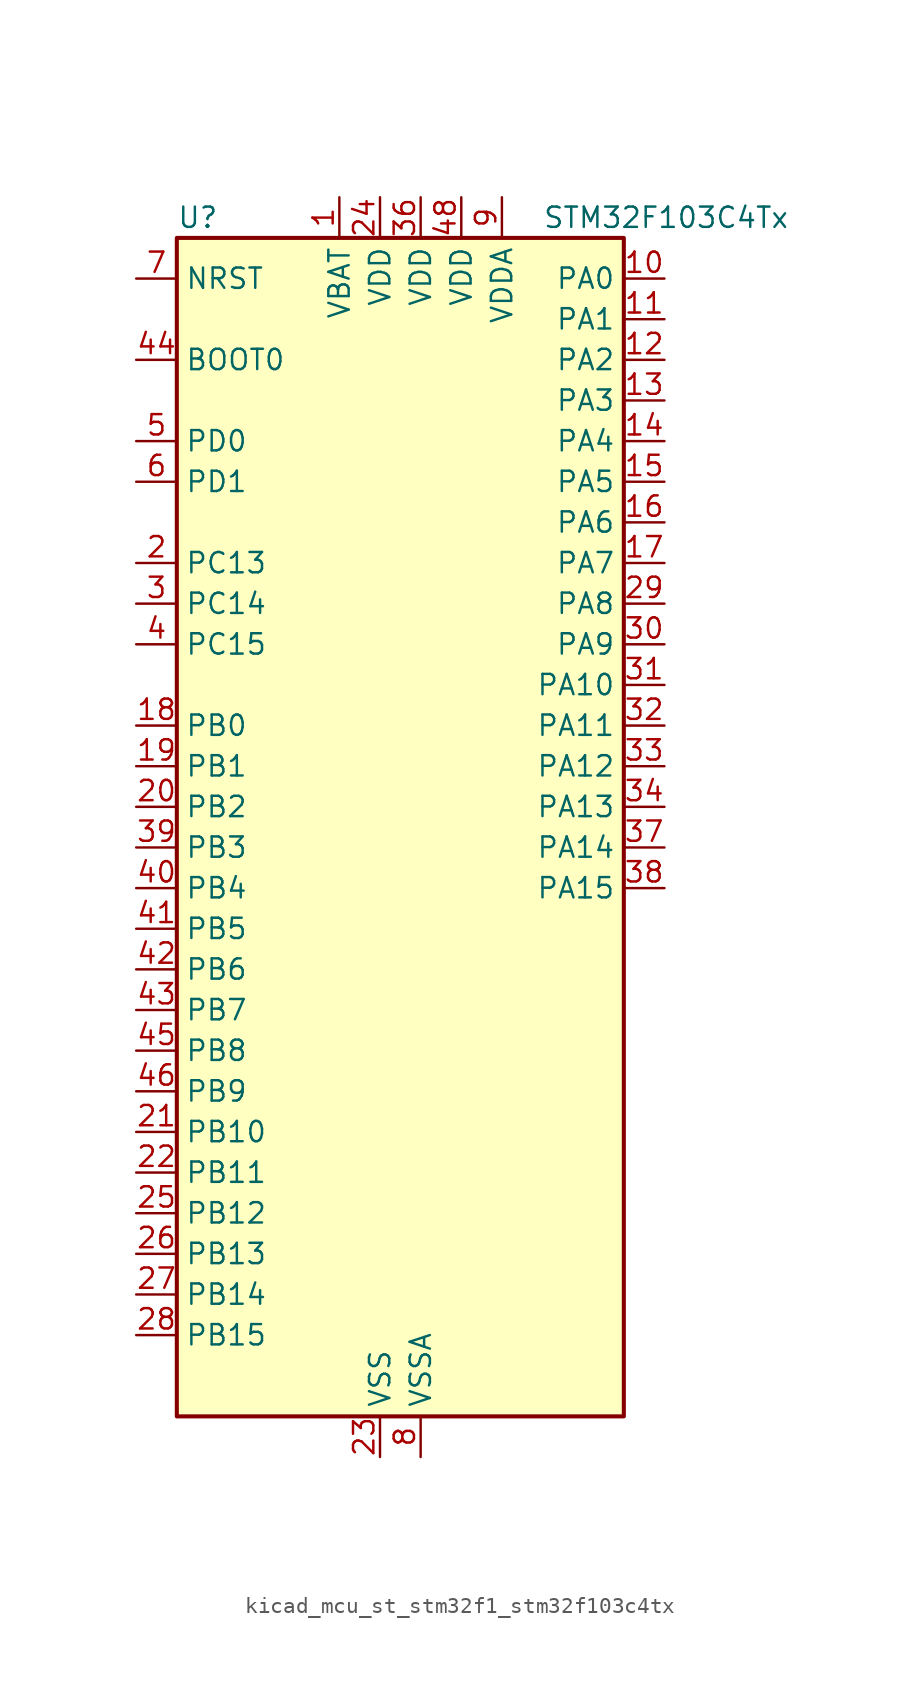
<source format=kicad_sym>
(kicad_symbol_lib
  (version 20220914)
  (generator kicad_symbol_editor)
  (symbol "kicad_mcu_st_stm32f1_stm32f103c4tx"
    (property "Reference" "U"
      (at -12.7 39.37 0)
      (effects (font (size 1.27 1.27)) (justify left)))
    (property "Value" "STM32F103C4Tx"
      (at 10.16 39.37 0)
      (effects (font (size 1.27 1.27)) (justify left)))
    (property "ki_locked" ""
      (at 0 0 0)
      (effects (font (size 1.27 1.27))))
    (symbol "kicad_mcu_st_stm32f1_stm32f103c4tx_0_1"
      (rectangle (start -12.7 -35.56) (end 15.24 38.1) (stroke (width 0.254) (type default)) (fill (type background))))
    (symbol "kicad_mcu_st_stm32f1_stm32f103c4tx_1_1"
      (pin power_in line (at -2.54 40.64 270) (length 2.54) (name "VBAT" (effects (font (size 1.27 1.27)))) (number "1" (effects (font (size 1.27 1.27)))))
      (pin bidirectional line (at 17.78 35.56 180) (length 2.54) (name "PA0" (effects (font (size 1.27 1.27)))) (number "10" (effects (font (size 1.27 1.27)))) (alternate "ADC1_IN0" bidirectional line) (alternate "ADC2_IN0" bidirectional line) (alternate "SYS_WKUP" bidirectional line) (alternate "TIM2_CH1" bidirectional line) (alternate "TIM2_ETR" bidirectional line) (alternate "USART2_CTS" bidirectional line))
      (pin bidirectional line (at 17.78 33.02 180) (length 2.54) (name "PA1" (effects (font (size 1.27 1.27)))) (number "11" (effects (font (size 1.27 1.27)))) (alternate "ADC1_IN1" bidirectional line) (alternate "ADC2_IN1" bidirectional line) (alternate "TIM2_CH2" bidirectional line) (alternate "USART2_RTS" bidirectional line))
      (pin bidirectional line (at 17.78 30.48 180) (length 2.54) (name "PA2" (effects (font (size 1.27 1.27)))) (number "12" (effects (font (size 1.27 1.27)))) (alternate "ADC1_IN2" bidirectional line) (alternate "ADC2_IN2" bidirectional line) (alternate "TIM2_CH3" bidirectional line) (alternate "USART2_TX" bidirectional line))
      (pin bidirectional line (at 17.78 27.94 180) (length 2.54) (name "PA3" (effects (font (size 1.27 1.27)))) (number "13" (effects (font (size 1.27 1.27)))) (alternate "ADC1_IN3" bidirectional line) (alternate "ADC2_IN3" bidirectional line) (alternate "TIM2_CH4" bidirectional line) (alternate "USART2_RX" bidirectional line))
      (pin bidirectional line (at 17.78 25.4 180) (length 2.54) (name "PA4" (effects (font (size 1.27 1.27)))) (number "14" (effects (font (size 1.27 1.27)))) (alternate "ADC1_IN4" bidirectional line) (alternate "ADC2_IN4" bidirectional line) (alternate "SPI1_NSS" bidirectional line) (alternate "USART2_CK" bidirectional line))
      (pin bidirectional line (at 17.78 22.86 180) (length 2.54) (name "PA5" (effects (font (size 1.27 1.27)))) (number "15" (effects (font (size 1.27 1.27)))) (alternate "ADC1_IN5" bidirectional line) (alternate "ADC2_IN5" bidirectional line) (alternate "SPI1_SCK" bidirectional line))
      (pin bidirectional line (at 17.78 20.32 180) (length 2.54) (name "PA6" (effects (font (size 1.27 1.27)))) (number "16" (effects (font (size 1.27 1.27)))) (alternate "ADC1_IN6" bidirectional line) (alternate "ADC2_IN6" bidirectional line) (alternate "SPI1_MISO" bidirectional line) (alternate "TIM1_BKIN" bidirectional line) (alternate "TIM3_CH1" bidirectional line))
      (pin bidirectional line (at 17.78 17.78 180) (length 2.54) (name "PA7" (effects (font (size 1.27 1.27)))) (number "17" (effects (font (size 1.27 1.27)))) (alternate "ADC1_IN7" bidirectional line) (alternate "ADC2_IN7" bidirectional line) (alternate "SPI1_MOSI" bidirectional line) (alternate "TIM1_CH1N" bidirectional line) (alternate "TIM3_CH2" bidirectional line))
      (pin bidirectional line (at -15.24 7.62 0) (length 2.54) (name "PB0" (effects (font (size 1.27 1.27)))) (number "18" (effects (font (size 1.27 1.27)))) (alternate "ADC1_IN8" bidirectional line) (alternate "ADC2_IN8" bidirectional line) (alternate "TIM1_CH2N" bidirectional line) (alternate "TIM3_CH3" bidirectional line))
      (pin bidirectional line (at -15.24 5.08 0) (length 2.54) (name "PB1" (effects (font (size 1.27 1.27)))) (number "19" (effects (font (size 1.27 1.27)))) (alternate "ADC1_IN9" bidirectional line) (alternate "ADC2_IN9" bidirectional line) (alternate "TIM1_CH3N" bidirectional line) (alternate "TIM3_CH4" bidirectional line))
      (pin bidirectional line (at -15.24 17.78 0) (length 2.54) (name "PC13" (effects (font (size 1.27 1.27)))) (number "2" (effects (font (size 1.27 1.27)))) (alternate "RTC_OUT" bidirectional line) (alternate "RTC_TAMPER" bidirectional line))
      (pin bidirectional line (at -15.24 2.54 0) (length 2.54) (name "PB2" (effects (font (size 1.27 1.27)))) (number "20" (effects (font (size 1.27 1.27)))))
      (pin bidirectional line (at -15.24 -17.78 0) (length 2.54) (name "PB10" (effects (font (size 1.27 1.27)))) (number "21" (effects (font (size 1.27 1.27)))) (alternate "TIM2_CH3" bidirectional line))
      (pin bidirectional line (at -15.24 -20.32 0) (length 2.54) (name "PB11" (effects (font (size 1.27 1.27)))) (number "22" (effects (font (size 1.27 1.27)))) (alternate "ADC1_EXTI11" bidirectional line) (alternate "ADC2_EXTI11" bidirectional line) (alternate "TIM2_CH4" bidirectional line))
      (pin power_in line (at 0 -38.1 90) (length 2.54) (name "VSS" (effects (font (size 1.27 1.27)))) (number "23" (effects (font (size 1.27 1.27)))))
      (pin power_in line (at 0 40.64 270) (length 2.54) (name "VDD" (effects (font (size 1.27 1.27)))) (number "24" (effects (font (size 1.27 1.27)))))
      (pin bidirectional line (at -15.24 -22.86 0) (length 2.54) (name "PB12" (effects (font (size 1.27 1.27)))) (number "25" (effects (font (size 1.27 1.27)))) (alternate "TIM1_BKIN" bidirectional line))
      (pin bidirectional line (at -15.24 -25.4 0) (length 2.54) (name "PB13" (effects (font (size 1.27 1.27)))) (number "26" (effects (font (size 1.27 1.27)))) (alternate "TIM1_CH1N" bidirectional line))
      (pin bidirectional line (at -15.24 -27.94 0) (length 2.54) (name "PB14" (effects (font (size 1.27 1.27)))) (number "27" (effects (font (size 1.27 1.27)))) (alternate "TIM1_CH2N" bidirectional line))
      (pin bidirectional line (at -15.24 -30.48 0) (length 2.54) (name "PB15" (effects (font (size 1.27 1.27)))) (number "28" (effects (font (size 1.27 1.27)))) (alternate "ADC1_EXTI15" bidirectional line) (alternate "ADC2_EXTI15" bidirectional line) (alternate "TIM1_CH3N" bidirectional line))
      (pin bidirectional line (at 17.78 15.24 180) (length 2.54) (name "PA8" (effects (font (size 1.27 1.27)))) (number "29" (effects (font (size 1.27 1.27)))) (alternate "RCC_MCO" bidirectional line) (alternate "TIM1_CH1" bidirectional line) (alternate "USART1_CK" bidirectional line))
      (pin bidirectional line (at -15.24 15.24 0) (length 2.54) (name "PC14" (effects (font (size 1.27 1.27)))) (number "3" (effects (font (size 1.27 1.27)))) (alternate "RCC_OSC32_IN" bidirectional line))
      (pin bidirectional line (at 17.78 12.7 180) (length 2.54) (name "PA9" (effects (font (size 1.27 1.27)))) (number "30" (effects (font (size 1.27 1.27)))) (alternate "TIM1_CH2" bidirectional line) (alternate "USART1_TX" bidirectional line))
      (pin bidirectional line (at 17.78 10.16 180) (length 2.54) (name "PA10" (effects (font (size 1.27 1.27)))) (number "31" (effects (font (size 1.27 1.27)))) (alternate "TIM1_CH3" bidirectional line) (alternate "USART1_RX" bidirectional line))
      (pin bidirectional line (at 17.78 7.62 180) (length 2.54) (name "PA11" (effects (font (size 1.27 1.27)))) (number "32" (effects (font (size 1.27 1.27)))) (alternate "ADC1_EXTI11" bidirectional line) (alternate "ADC2_EXTI11" bidirectional line) (alternate "CAN_RX" bidirectional line) (alternate "TIM1_CH4" bidirectional line) (alternate "USART1_CTS" bidirectional line) (alternate "USB_DM" bidirectional line))
      (pin bidirectional line (at 17.78 5.08 180) (length 2.54) (name "PA12" (effects (font (size 1.27 1.27)))) (number "33" (effects (font (size 1.27 1.27)))) (alternate "CAN_TX" bidirectional line) (alternate "TIM1_ETR" bidirectional line) (alternate "USART1_RTS" bidirectional line) (alternate "USB_DP" bidirectional line))
      (pin bidirectional line (at 17.78 2.54 180) (length 2.54) (name "PA13" (effects (font (size 1.27 1.27)))) (number "34" (effects (font (size 1.27 1.27)))) (alternate "SYS_JTMS-SWDIO" bidirectional line))
      (pin passive line (at 0 -38.1 90) (length 2.54) hide (name "VSS" (effects (font (size 1.27 1.27)))) (number "35" (effects (font (size 1.27 1.27)))))
      (pin power_in line (at 2.54 40.64 270) (length 2.54) (name "VDD" (effects (font (size 1.27 1.27)))) (number "36" (effects (font (size 1.27 1.27)))))
      (pin bidirectional line (at 17.78 0 180) (length 2.54) (name "PA14" (effects (font (size 1.27 1.27)))) (number "37" (effects (font (size 1.27 1.27)))) (alternate "SYS_JTCK-SWCLK" bidirectional line))
      (pin bidirectional line (at 17.78 -2.54 180) (length 2.54) (name "PA15" (effects (font (size 1.27 1.27)))) (number "38" (effects (font (size 1.27 1.27)))) (alternate "ADC1_EXTI15" bidirectional line) (alternate "ADC2_EXTI15" bidirectional line) (alternate "SPI1_NSS" bidirectional line) (alternate "SYS_JTDI" bidirectional line) (alternate "TIM2_CH1" bidirectional line) (alternate "TIM2_ETR" bidirectional line))
      (pin bidirectional line (at -15.24 0 0) (length 2.54) (name "PB3" (effects (font (size 1.27 1.27)))) (number "39" (effects (font (size 1.27 1.27)))) (alternate "SPI1_SCK" bidirectional line) (alternate "SYS_JTDO-TRACESWO" bidirectional line) (alternate "TIM2_CH2" bidirectional line))
      (pin bidirectional line (at -15.24 12.7 0) (length 2.54) (name "PC15" (effects (font (size 1.27 1.27)))) (number "4" (effects (font (size 1.27 1.27)))) (alternate "ADC1_EXTI15" bidirectional line) (alternate "ADC2_EXTI15" bidirectional line) (alternate "RCC_OSC32_OUT" bidirectional line))
      (pin bidirectional line (at -15.24 -2.54 0) (length 2.54) (name "PB4" (effects (font (size 1.27 1.27)))) (number "40" (effects (font (size 1.27 1.27)))) (alternate "SPI1_MISO" bidirectional line) (alternate "SYS_NJTRST" bidirectional line) (alternate "TIM3_CH1" bidirectional line))
      (pin bidirectional line (at -15.24 -5.08 0) (length 2.54) (name "PB5" (effects (font (size 1.27 1.27)))) (number "41" (effects (font (size 1.27 1.27)))) (alternate "I2C1_SMBA" bidirectional line) (alternate "SPI1_MOSI" bidirectional line) (alternate "TIM3_CH2" bidirectional line))
      (pin bidirectional line (at -15.24 -7.62 0) (length 2.54) (name "PB6" (effects (font (size 1.27 1.27)))) (number "42" (effects (font (size 1.27 1.27)))) (alternate "I2C1_SCL" bidirectional line) (alternate "USART1_TX" bidirectional line))
      (pin bidirectional line (at -15.24 -10.16 0) (length 2.54) (name "PB7" (effects (font (size 1.27 1.27)))) (number "43" (effects (font (size 1.27 1.27)))) (alternate "I2C1_SDA" bidirectional line) (alternate "USART1_RX" bidirectional line))
      (pin input line (at -15.24 30.48 0) (length 2.54) (name "BOOT0" (effects (font (size 1.27 1.27)))) (number "44" (effects (font (size 1.27 1.27)))))
      (pin bidirectional line (at -15.24 -12.7 0) (length 2.54) (name "PB8" (effects (font (size 1.27 1.27)))) (number "45" (effects (font (size 1.27 1.27)))) (alternate "CAN_RX" bidirectional line) (alternate "I2C1_SCL" bidirectional line))
      (pin bidirectional line (at -15.24 -15.24 0) (length 2.54) (name "PB9" (effects (font (size 1.27 1.27)))) (number "46" (effects (font (size 1.27 1.27)))) (alternate "CAN_TX" bidirectional line) (alternate "I2C1_SDA" bidirectional line))
      (pin passive line (at 0 -38.1 90) (length 2.54) hide (name "VSS" (effects (font (size 1.27 1.27)))) (number "47" (effects (font (size 1.27 1.27)))))
      (pin power_in line (at 5.08 40.64 270) (length 2.54) (name "VDD" (effects (font (size 1.27 1.27)))) (number "48" (effects (font (size 1.27 1.27)))))
      (pin bidirectional line (at -15.24 25.4 0) (length 2.54) (name "PD0" (effects (font (size 1.27 1.27)))) (number "5" (effects (font (size 1.27 1.27)))) (alternate "RCC_OSC_IN" bidirectional line))
      (pin bidirectional line (at -15.24 22.86 0) (length 2.54) (name "PD1" (effects (font (size 1.27 1.27)))) (number "6" (effects (font (size 1.27 1.27)))) (alternate "RCC_OSC_OUT" bidirectional line))
      (pin input line (at -15.24 35.56 0) (length 2.54) (name "NRST" (effects (font (size 1.27 1.27)))) (number "7" (effects (font (size 1.27 1.27)))))
      (pin power_in line (at 2.54 -38.1 90) (length 2.54) (name "VSSA" (effects (font (size 1.27 1.27)))) (number "8" (effects (font (size 1.27 1.27)))))
      (pin power_in line (at 7.62 40.64 270) (length 2.54) (name "VDDA" (effects (font (size 1.27 1.27)))) (number "9" (effects (font (size 1.27 1.27))))))))
</source>
